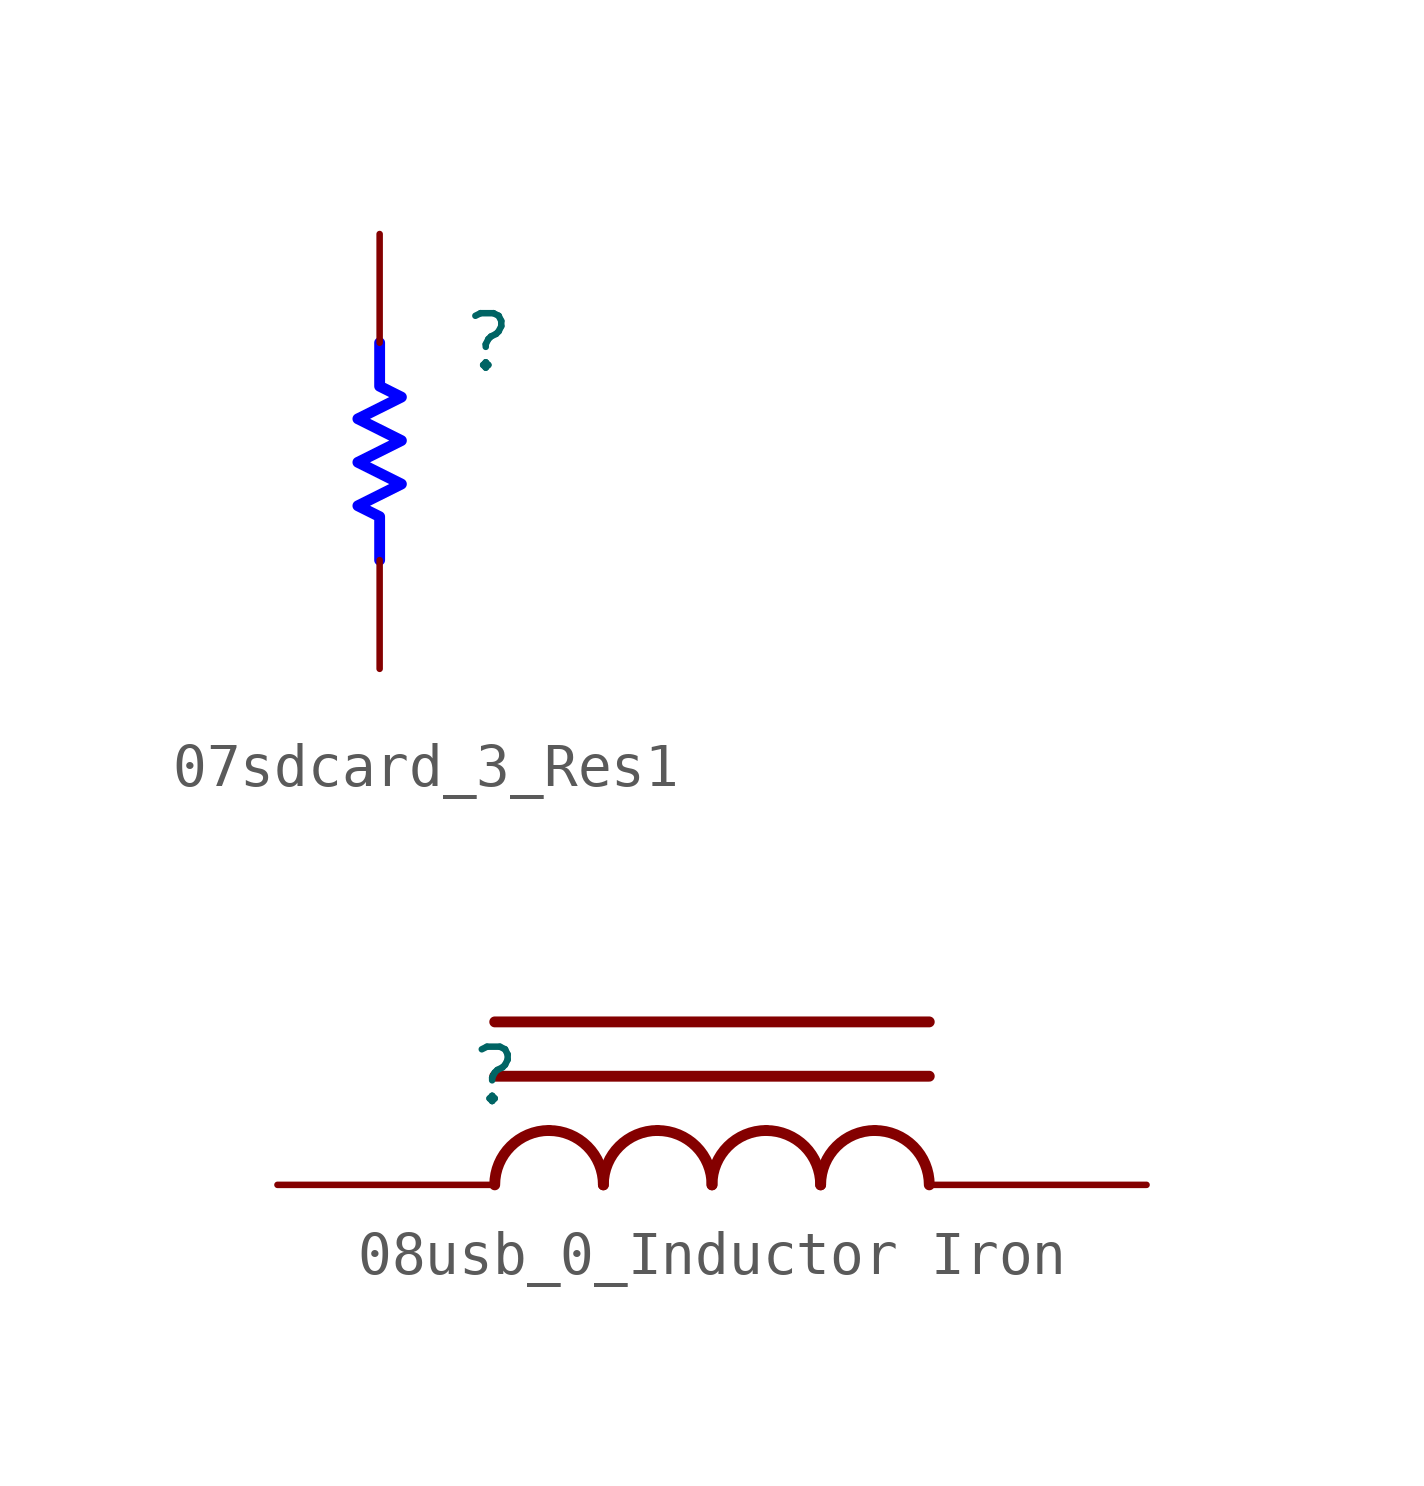
<source format=kicad_sym>
(kicad_symbol_lib
  (version 20220914)
  (generator kicad_symbol_editor)
  (symbol "07sdcard_3_Res1"
    (property "Reference" ""
      (at 0 0 0)
      (effects (font (size 1.27 1.27))))
    (property "Value" ""
      (at 0 0 0)
      (effects (font (size 1.27 1.27))))
    (symbol "07sdcard_3_Res1_1_0"
      (polyline (pts (xy -2.54 -5.08) (xy -2.54 -4.064) (xy -3.048 -3.81) (xy -2.032 -3.302) (xy -3.048 -2.794) (xy -2.032 -2.286) (xy -3.048 -1.778) (xy -2.032 -1.27) (xy -2.54 -1.016) (xy -2.54 0)) (stroke (width 0.254) (type solid) (color 0 0 255 1)) (fill (type none)))
      (pin passive line (at -2.54 2.54 270) (length 2.54) (name "1" (effects (font (size 0 0)))) (number "1" (effects (font (size 0 0)))))
      (pin passive line (at -2.54 -7.62 90) (length 2.54) (name "2" (effects (font (size 0 0)))) (number "2" (effects (font (size 0 0)))))))
  (symbol "08usb_0_Inductor Iron"
    (property "Reference" ""
      (at 0 0 0)
      (effects (font (size 1.27 1.27))))
    (property "Value" ""
      (at 0 0 0)
      (effects (font (size 1.27 1.27))))
    (symbol "08usb_0_Inductor Iron_1_0"
      (polyline (pts (xy 0 0) (xy 10.16 0)) (stroke (width 0.254) (type solid)) (fill (type none)))
      (polyline (pts (xy 10.16 1.27) (xy 0 1.27)) (stroke (width 0.254) (type solid)) (fill (type none)))
      (arc (start 1.27 -1.27) (mid 0.372 -1.642) (end 0 -2.54) (stroke (width 0.254) (type solid)) (fill (type none)))
      (arc (start 2.54 -2.54) (mid 2.168 -1.642) (end 1.27 -1.27) (stroke (width 0.254) (type solid)) (fill (type none)))
      (arc (start 3.81 -1.27) (mid 2.912 -1.642) (end 2.54 -2.54) (stroke (width 0.254) (type solid)) (fill (type none)))
      (arc (start 5.08 -2.54) (mid 4.708 -1.642) (end 3.81 -1.27) (stroke (width 0.254) (type solid)) (fill (type none)))
      (arc (start 6.35 -1.27) (mid 5.452 -1.642) (end 5.08 -2.54) (stroke (width 0.254) (type solid)) (fill (type none)))
      (arc (start 7.62 -2.54) (mid 7.248 -1.642) (end 6.35 -1.27) (stroke (width 0.254) (type solid)) (fill (type none)))
      (arc (start 8.89 -1.27) (mid 7.992 -1.642) (end 7.62 -2.54) (stroke (width 0.254) (type solid)) (fill (type none)))
      (arc (start 10.16 -2.54) (mid 9.788 -1.642) (end 8.89 -1.27) (stroke (width 0.254) (type solid)) (fill (type none)))
      (pin passive line (at -5.08 -2.54 0) (length 5.08) (name "1" (effects (font (size 0 0)))) (number "1" (effects (font (size 0 0)))))
      (pin passive line (at 15.24 -2.54 180) (length 5.08) (name "2" (effects (font (size 0 0)))) (number "2" (effects (font (size 0 0))))))))
</source>
